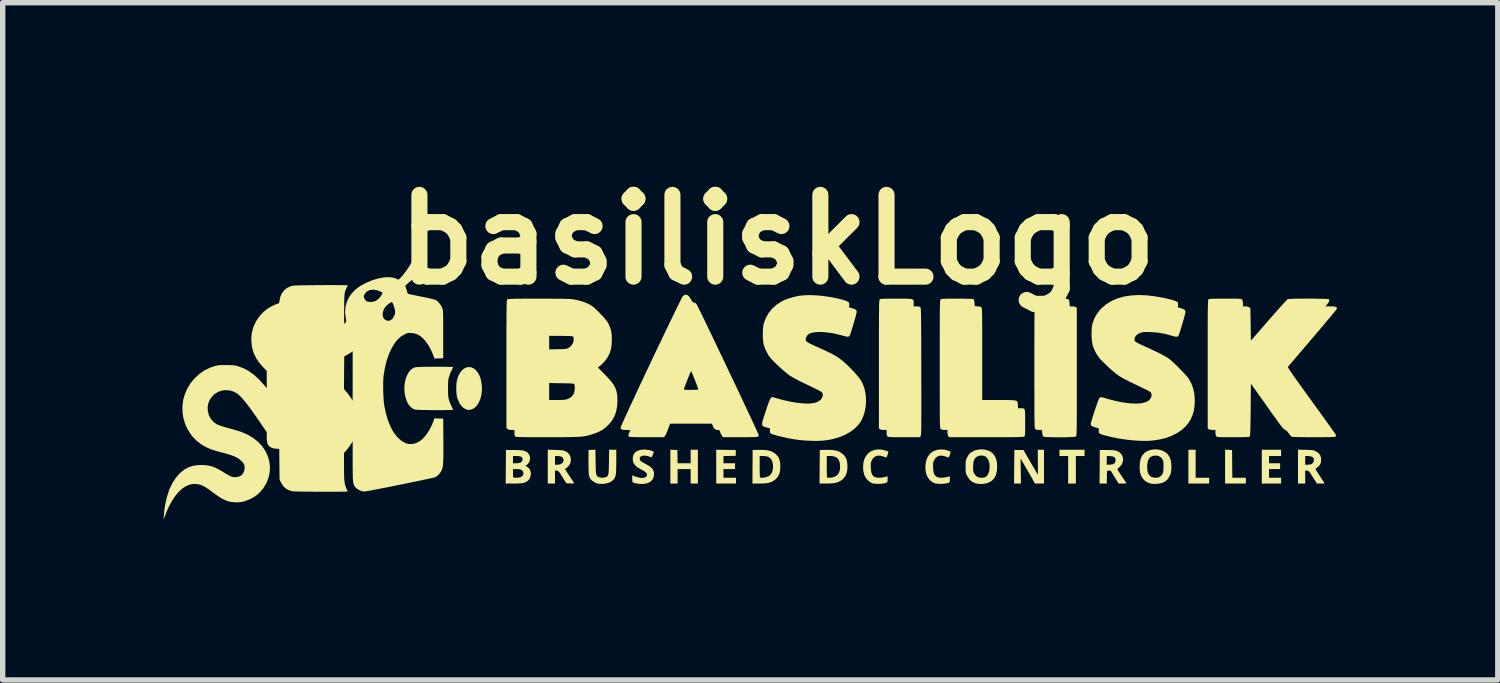
<source format=kicad_pcb>
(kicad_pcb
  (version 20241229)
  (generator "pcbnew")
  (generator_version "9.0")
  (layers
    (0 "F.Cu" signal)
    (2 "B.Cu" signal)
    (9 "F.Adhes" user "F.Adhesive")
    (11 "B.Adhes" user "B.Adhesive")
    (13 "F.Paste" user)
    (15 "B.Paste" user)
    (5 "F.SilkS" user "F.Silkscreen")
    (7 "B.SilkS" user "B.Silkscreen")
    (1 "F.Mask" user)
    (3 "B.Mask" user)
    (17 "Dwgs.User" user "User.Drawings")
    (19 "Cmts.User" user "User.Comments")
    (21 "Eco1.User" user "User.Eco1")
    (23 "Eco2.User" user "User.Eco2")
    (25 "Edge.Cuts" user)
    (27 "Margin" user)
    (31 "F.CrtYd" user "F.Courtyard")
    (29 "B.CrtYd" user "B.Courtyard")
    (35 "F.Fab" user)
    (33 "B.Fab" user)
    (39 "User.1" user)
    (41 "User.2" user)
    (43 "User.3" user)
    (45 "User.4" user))
  (footprint "basiliskLogo"
    (layer "F.Cu")
    (at 11.446 3.958)
    (property "Reference" "basiliskLogo" (at 0 -2.54 0) (layer "F.SilkS") (effects (font (size 1.524 1.524) (thickness 0.3))))
    (attr board_only exclude_from_pos_files exclude_from_bom)
    (fp_poly (pts (xy 7.795 1.899) (xy 8.047 1.899) (xy 8.047 2.007) (xy 7.66 2.007) (xy 7.66 1.377) (xy 7.795 1.377)) (stroke (width 0) (type solid)) (fill yes) (layer "F.SilkS"))
    (fp_poly (pts (xy 8.409 1.379) (xy 8.474 1.382) (xy 8.479 1.899) (xy 8.731 1.899) (xy 8.731 2.007) (xy 8.344 2.007) (xy 8.344 1.376)) (stroke (width 0) (type solid)) (fill yes) (layer "F.SilkS"))
    (fp_poly (pts (xy 5.724 1.494) (xy 5.562 1.494) (xy 5.562 2.007) (xy 5.418 2.007) (xy 5.418 1.494) (xy 5.256 1.494) (xy 5.256 1.377) (xy 5.724 1.377)) (stroke (width 0) (type solid)) (fill yes) (layer "F.SilkS"))
    (fp_poly (pts (xy 9.388 1.494) (xy 9.163 1.494) (xy 9.163 1.629) (xy 9.37 1.629) (xy 9.37 1.737) (xy 9.163 1.737) (xy 9.163 1.899) (xy 9.388 1.899) (xy 9.388 2.007) (xy 9.028 2.007) (xy 9.028 1.377) (xy 9.388 1.377)) (stroke (width 0) (type solid)) (fill yes) (layer "F.SilkS"))
    (fp_poly (pts (xy -0.961 1.379) (xy -0.779 1.382) (xy -0.779 1.49) (xy -1.008 1.495) (xy -1.008 1.629) (xy -0.792 1.629) (xy -0.792 1.737) (xy -1.008 1.737) (xy -1.008 1.899) (xy -0.774 1.899) (xy -0.774 2.007) (xy -1.143 2.007) (xy -1.143 1.377)) (stroke (width 0) (type solid)) (fill yes) (layer "F.SilkS"))
    (fp_poly (pts (xy -1.933 1.379) (xy -1.868 1.382) (xy -1.865 1.505) (xy -1.863 1.629) (xy -1.62 1.629) (xy -1.62 1.377) (xy -1.485 1.377) (xy -1.485 2.007) (xy -1.62 2.007) (xy -1.62 1.737) (xy -1.863 1.737) (xy -1.863 2.007) (xy -1.998 2.007) (xy -1.998 1.376)) (stroke (width 0) (type solid)) (fill yes) (layer "F.SilkS"))
    (fp_poly (pts (xy 4.968 2.007) (xy 4.8 2.007) (xy 4.694 1.82) (xy 4.662 1.765) (xy 4.631 1.712) (xy 4.604 1.664) (xy 4.581 1.625) (xy 4.564 1.597) (xy 4.559 1.587) (xy 4.531 1.541) (xy 4.535 1.774) (xy 4.538 2.007) (xy 4.41 2.007) (xy 4.412 1.694) (xy 4.415 1.382) (xy 4.585 1.382) (xy 4.716 1.609) (xy 4.75 1.667) (xy 4.781 1.719) (xy 4.807 1.765) (xy 4.829 1.801) (xy 4.844 1.827) (xy 4.851 1.839) (xy 4.852 1.84) (xy 4.853 1.832) (xy 4.854 1.809) (xy 4.854 1.772) (xy 4.854 1.725) (xy 4.854 1.668) (xy 4.853 1.61) (xy 4.851 1.377) (xy 4.968 1.377)) (stroke (width 0) (type solid)) (fill yes) (layer "F.SilkS"))
    (fp_poly (pts (xy -5.717 -0.162) (xy -5.668 -0.142) (xy -5.626 -0.109) (xy -5.582 -0.055) (xy -5.549 0.009) (xy -5.527 0.086) (xy -5.514 0.177) (xy -5.512 0.198) (xy -5.512 0.281) (xy -5.523 0.361) (xy -5.542 0.435) (xy -5.571 0.5) (xy -5.606 0.555) (xy -5.648 0.596) (xy -5.665 0.607) (xy -5.717 0.629) (xy -5.765 0.634) (xy -5.799 0.627) (xy -5.851 0.6) (xy -5.894 0.561) (xy -5.93 0.508) (xy -5.96 0.439) (xy -5.964 0.428) (xy -5.975 0.393) (xy -5.982 0.361) (xy -5.986 0.328) (xy -5.988 0.287) (xy -5.989 0.243) (xy -5.988 0.173) (xy -5.983 0.116) (xy -5.973 0.066) (xy -5.957 0.018) (xy -5.938 -0.025) (xy -5.903 -0.082) (xy -5.862 -0.124) (xy -5.816 -0.152) (xy -5.767 -0.165)) (stroke (width 0) (type solid)) (fill yes) (layer "F.SilkS"))
    (fp_poly (pts (xy -0.272 1.379) (xy -0.203 1.385) (xy -0.146 1.396) (xy -0.097 1.415) (xy -0.055 1.441) (xy -0.031 1.46) (xy 0.005 1.499) (xy 0.031 1.546) (xy 0.046 1.603) (xy 0.052 1.666) (xy 0.05 1.748) (xy 0.036 1.817) (xy 0.01 1.874) (xy -0.03 1.922) (xy -0.079 1.959) (xy -0.115 1.977) (xy -0.155 1.991) (xy -0.202 2) (xy -0.259 2.005) (xy -0.33 2.007) (xy -0.348 2.007) (xy -0.468 2.007) (xy -0.466 1.694) (xy -0.466 1.691) (xy -0.333 1.691) (xy -0.333 1.748) (xy -0.332 1.8) (xy -0.331 1.843) (xy -0.329 1.874) (xy -0.328 1.891) (xy -0.327 1.893) (xy -0.313 1.898) (xy -0.286 1.899) (xy -0.252 1.896) (xy -0.217 1.89) (xy -0.217 1.89) (xy -0.166 1.87) (xy -0.128 1.839) (xy -0.108 1.809) (xy -0.091 1.762) (xy -0.084 1.708) (xy -0.086 1.652) (xy -0.096 1.601) (xy -0.116 1.558) (xy -0.124 1.547) (xy -0.153 1.52) (xy -0.19 1.503) (xy -0.237 1.495) (xy -0.27 1.494) (xy -0.333 1.494) (xy -0.333 1.691) (xy -0.466 1.691) (xy -0.464 1.382) (xy -0.356 1.379)) (stroke (width 0) (type solid)) (fill yes) (layer "F.SilkS"))
    (fp_poly (pts (xy 0.979 1.379) (xy 1.048 1.385) (xy 1.105 1.396) (xy 1.154 1.415) (xy 1.196 1.441) (xy 1.22 1.46) (xy 1.256 1.499) (xy 1.282 1.546) (xy 1.297 1.603) (xy 1.303 1.666) (xy 1.301 1.748) (xy 1.287 1.817) (xy 1.261 1.874) (xy 1.221 1.922) (xy 1.172 1.959) (xy 1.136 1.977) (xy 1.096 1.991) (xy 1.049 2) (xy 0.992 2.005) (xy 0.921 2.007) (xy 0.903 2.007) (xy 0.783 2.007) (xy 0.785 1.694) (xy 0.785 1.691) (xy 0.918 1.691) (xy 0.918 1.748) (xy 0.919 1.8) (xy 0.92 1.843) (xy 0.922 1.874) (xy 0.923 1.891) (xy 0.924 1.893) (xy 0.939 1.898) (xy 0.965 1.899) (xy 0.999 1.896) (xy 1.034 1.89) (xy 1.034 1.89) (xy 1.085 1.87) (xy 1.123 1.839) (xy 1.143 1.809) (xy 1.16 1.762) (xy 1.167 1.708) (xy 1.165 1.652) (xy 1.155 1.601) (xy 1.136 1.558) (xy 1.127 1.547) (xy 1.098 1.52) (xy 1.061 1.503) (xy 1.014 1.495) (xy 0.981 1.494) (xy 0.918 1.494) (xy 0.918 1.691) (xy 0.785 1.691) (xy 0.788 1.382) (xy 0.896 1.379)) (stroke (width 0) (type solid)) (fill yes) (layer "F.SilkS"))
    (fp_poly (pts (xy 6.143 1.382) (xy 6.208 1.383) (xy 6.259 1.386) (xy 6.298 1.391) (xy 6.329 1.4) (xy 6.356 1.413) (xy 6.379 1.428) (xy 6.414 1.465) (xy 6.436 1.509) (xy 6.443 1.558) (xy 6.435 1.608) (xy 6.414 1.656) (xy 6.387 1.688) (xy 6.365 1.709) (xy 6.346 1.725) (xy 6.337 1.73) (xy 6.335 1.736) (xy 6.341 1.752) (xy 6.357 1.779) (xy 6.382 1.818) (xy 6.41 1.859) (xy 6.438 1.902) (xy 6.464 1.939) (xy 6.484 1.969) (xy 6.498 1.989) (xy 6.502 1.996) (xy 6.501 2.002) (xy 6.489 2.005) (xy 6.463 2.007) (xy 6.434 2.007) (xy 6.359 2.007) (xy 6.284 1.885) (xy 6.208 1.763) (xy 6.176 1.766) (xy 6.143 1.769) (xy 6.14 1.888) (xy 6.138 2.007) (xy 6.003 2.007) (xy 6.006 1.694) (xy 6.007 1.492) (xy 6.138 1.492) (xy 6.138 1.656) (xy 6.184 1.656) (xy 6.218 1.653) (xy 6.25 1.647) (xy 6.259 1.643) (xy 6.286 1.626) (xy 6.299 1.598) (xy 6.302 1.562) (xy 6.296 1.533) (xy 6.278 1.513) (xy 6.245 1.501) (xy 6.202 1.496) (xy 6.138 1.492) (xy 6.007 1.492) (xy 6.008 1.382)) (stroke (width 0) (type solid)) (fill yes) (layer "F.SilkS"))
    (fp_poly (pts (xy -3.392 1.599) (xy -3.39 1.676) (xy -3.389 1.737) (xy -3.386 1.784) (xy -3.382 1.819) (xy -3.376 1.844) (xy -3.368 1.862) (xy -3.358 1.875) (xy -3.344 1.884) (xy -3.335 1.888) (xy -3.304 1.896) (xy -3.265 1.899) (xy -3.226 1.895) (xy -3.197 1.886) (xy -3.197 1.886) (xy -3.182 1.878) (xy -3.17 1.867) (xy -3.162 1.853) (xy -3.155 1.833) (xy -3.15 1.804) (xy -3.147 1.765) (xy -3.145 1.714) (xy -3.144 1.648) (xy -3.143 1.6) (xy -3.14 1.377) (xy -3.006 1.377) (xy -3.006 1.596) (xy -3.007 1.675) (xy -3.008 1.739) (xy -3.01 1.79) (xy -3.014 1.829) (xy -3.02 1.861) (xy -3.028 1.886) (xy -3.039 1.908) (xy -3.053 1.928) (xy -3.055 1.93) (xy -3.093 1.966) (xy -3.144 1.992) (xy -3.206 2.008) (xy -3.253 2.013) (xy -3.291 2.013) (xy -3.327 2.012) (xy -3.352 2.009) (xy -3.354 2.008) (xy -3.39 1.995) (xy -3.427 1.974) (xy -3.46 1.951) (xy -3.481 1.928) (xy -3.494 1.909) (xy -3.503 1.891) (xy -3.511 1.871) (xy -3.516 1.846) (xy -3.52 1.815) (xy -3.522 1.775) (xy -3.523 1.723) (xy -3.524 1.657) (xy -3.524 1.611) (xy -3.524 1.382) (xy -3.459 1.379) (xy -3.395 1.376)) (stroke (width 0) (type solid)) (fill yes) (layer "F.SilkS"))
    (fp_poly (pts (xy 9.846 1.379) (xy 9.9 1.38) (xy 9.94 1.382) (xy 9.969 1.384) (xy 9.991 1.388) (xy 10.01 1.394) (xy 10.029 1.403) (xy 10.041 1.409) (xy 10.087 1.44) (xy 10.117 1.479) (xy 10.132 1.528) (xy 10.135 1.563) (xy 10.131 1.609) (xy 10.117 1.647) (xy 10.091 1.683) (xy 10.05 1.718) (xy 10.028 1.734) (xy 10.031 1.742) (xy 10.043 1.763) (xy 10.062 1.793) (xy 10.087 1.831) (xy 10.111 1.868) (xy 10.139 1.91) (xy 10.164 1.948) (xy 10.183 1.977) (xy 10.194 1.996) (xy 10.198 2.003) (xy 10.19 2.005) (xy 10.168 2.006) (xy 10.136 2.007) (xy 10.127 2.007) (xy 10.056 2.007) (xy 9.98 1.888) (xy 9.952 1.843) (xy 9.93 1.811) (xy 9.915 1.789) (xy 9.902 1.776) (xy 9.891 1.77) (xy 9.88 1.767) (xy 9.871 1.766) (xy 9.838 1.763) (xy 9.838 2.007) (xy 9.703 2.007) (xy 9.703 1.658) (xy 9.838 1.658) (xy 9.897 1.654) (xy 9.932 1.651) (xy 9.953 1.646) (xy 9.969 1.636) (xy 9.978 1.626) (xy 9.996 1.593) (xy 9.999 1.555) (xy 9.994 1.535) (xy 9.978 1.516) (xy 9.948 1.502) (xy 9.908 1.495) (xy 9.888 1.494) (xy 9.838 1.494) (xy 9.838 1.658) (xy 9.703 1.658) (xy 9.703 1.375)) (stroke (width 0) (type solid)) (fill yes) (layer "F.SilkS"))
    (fp_poly (pts (xy -4.147 1.38) (xy -4.082 1.382) (xy -4.031 1.386) (xy -3.992 1.392) (xy -3.962 1.401) (xy -3.937 1.413) (xy -3.915 1.429) (xy -3.907 1.436) (xy -3.875 1.476) (xy -3.858 1.522) (xy -3.853 1.572) (xy -3.862 1.622) (xy -3.884 1.666) (xy -3.918 1.702) (xy -3.925 1.707) (xy -3.946 1.723) (xy -3.959 1.735) (xy -3.96 1.739) (xy -3.956 1.748) (xy -3.942 1.77) (xy -3.922 1.802) (xy -3.897 1.84) (xy -3.877 1.87) (xy -3.849 1.912) (xy -3.825 1.948) (xy -3.806 1.977) (xy -3.794 1.996) (xy -3.791 2.001) (xy -3.797 2.004) (xy -3.818 2.005) (xy -3.849 2.006) (xy -3.862 2.005) (xy -3.937 2.003) (xy -4.01 1.886) (xy -4.038 1.841) (xy -4.059 1.809) (xy -4.075 1.788) (xy -4.087 1.776) (xy -4.098 1.769) (xy -4.11 1.767) (xy -4.116 1.766) (xy -4.149 1.763) (xy -4.149 2.007) (xy -4.284 2.007) (xy -4.284 1.656) (xy -4.149 1.656) (xy -4.107 1.656) (xy -4.073 1.653) (xy -4.041 1.644) (xy -4.033 1.64) (xy -4.004 1.617) (xy -3.99 1.586) (xy -3.992 1.55) (xy -3.996 1.541) (xy -4.012 1.516) (xy -4.04 1.501) (xy -4.08 1.495) (xy -4.1 1.494) (xy -4.149 1.494) (xy -4.149 1.656) (xy -4.284 1.656) (xy -4.284 1.375)) (stroke (width 0) (type solid)) (fill yes) (layer "F.SilkS"))
    (fp_poly (pts (xy 1.947 1.375) (xy 2.013 1.391) (xy 2.039 1.401) (xy 2.059 1.409) (xy 2.064 1.413) (xy 2.064 1.423) (xy 2.06 1.445) (xy 2.051 1.471) (xy 2.042 1.496) (xy 2.033 1.515) (xy 2.027 1.521) (xy 2.016 1.518) (xy 1.993 1.51) (xy 1.973 1.503) (xy 1.913 1.487) (xy 1.862 1.487) (xy 1.818 1.503) (xy 1.782 1.535) (xy 1.761 1.567) (xy 1.75 1.591) (xy 1.742 1.611) (xy 1.739 1.634) (xy 1.738 1.663) (xy 1.739 1.706) (xy 1.743 1.766) (xy 1.752 1.811) (xy 1.767 1.845) (xy 1.789 1.87) (xy 1.804 1.881) (xy 1.838 1.893) (xy 1.883 1.899) (xy 1.935 1.897) (xy 1.988 1.888) (xy 1.998 1.886) (xy 2.025 1.878) (xy 2.044 1.874) (xy 2.05 1.872) (xy 2.051 1.88) (xy 2.052 1.902) (xy 2.052 1.927) (xy 2.052 1.957) (xy 2.049 1.974) (xy 2.04 1.985) (xy 2.024 1.993) (xy 2.019 1.995) (xy 1.985 2.004) (xy 1.939 2.01) (xy 1.888 2.013) (xy 1.837 2.012) (xy 1.793 2.007) (xy 1.77 2.002) (xy 1.725 1.98) (xy 1.681 1.944) (xy 1.645 1.9) (xy 1.619 1.853) (xy 1.617 1.845) (xy 1.599 1.77) (xy 1.595 1.691) (xy 1.602 1.615) (xy 1.622 1.545) (xy 1.649 1.492) (xy 1.691 1.442) (xy 1.744 1.405) (xy 1.806 1.381) (xy 1.875 1.371)) (stroke (width 0) (type solid)) (fill yes) (layer "F.SilkS"))
    (fp_poly (pts (xy 3.109 1.375) (xy 3.174 1.391) (xy 3.2 1.401) (xy 3.22 1.409) (xy 3.225 1.413) (xy 3.225 1.423) (xy 3.221 1.445) (xy 3.213 1.471) (xy 3.203 1.496) (xy 3.194 1.515) (xy 3.188 1.521) (xy 3.177 1.518) (xy 3.154 1.51) (xy 3.134 1.503) (xy 3.075 1.487) (xy 3.023 1.487) (xy 2.979 1.503) (xy 2.943 1.535) (xy 2.922 1.567) (xy 2.911 1.591) (xy 2.904 1.611) (xy 2.9 1.634) (xy 2.899 1.663) (xy 2.9 1.706) (xy 2.904 1.766) (xy 2.913 1.811) (xy 2.928 1.845) (xy 2.95 1.87) (xy 2.966 1.881) (xy 2.999 1.893) (xy 3.044 1.899) (xy 3.096 1.897) (xy 3.149 1.888) (xy 3.159 1.886) (xy 3.186 1.878) (xy 3.205 1.874) (xy 3.211 1.872) (xy 3.212 1.88) (xy 3.213 1.902) (xy 3.213 1.927) (xy 3.213 1.957) (xy 3.21 1.974) (xy 3.201 1.985) (xy 3.185 1.993) (xy 3.18 1.995) (xy 3.146 2.004) (xy 3.1 2.01) (xy 3.049 2.013) (xy 2.998 2.012) (xy 2.954 2.007) (xy 2.931 2.002) (xy 2.886 1.98) (xy 2.842 1.944) (xy 2.806 1.9) (xy 2.781 1.853) (xy 2.778 1.845) (xy 2.76 1.77) (xy 2.756 1.691) (xy 2.764 1.615) (xy 2.783 1.545) (xy 2.81 1.492) (xy 2.852 1.442) (xy 2.905 1.405) (xy 2.967 1.381) (xy 3.036 1.371)) (stroke (width 0) (type solid)) (fill yes) (layer "F.SilkS"))
    (fp_poly (pts (xy -2.445 1.376) (xy -2.4 1.382) (xy -2.359 1.392) (xy -2.327 1.403) (xy -2.31 1.413) (xy -2.31 1.424) (xy -2.316 1.446) (xy -2.325 1.469) (xy -2.347 1.519) (xy -2.395 1.502) (xy -2.446 1.489) (xy -2.491 1.486) (xy -2.528 1.492) (xy -2.554 1.505) (xy -2.569 1.527) (xy -2.569 1.555) (xy -2.565 1.566) (xy -2.555 1.582) (xy -2.535 1.599) (xy -2.503 1.618) (xy -2.474 1.634) (xy -2.413 1.668) (xy -2.367 1.699) (xy -2.335 1.731) (xy -2.315 1.764) (xy -2.305 1.8) (xy -2.303 1.832) (xy -2.31 1.889) (xy -2.333 1.936) (xy -2.37 1.973) (xy -2.422 1.999) (xy -2.436 2.003) (xy -2.485 2.013) (xy -2.543 2.015) (xy -2.602 2.01) (xy -2.645 2.002) (xy -2.673 1.994) (xy -2.694 1.987) (xy -2.701 1.984) (xy -2.705 1.973) (xy -2.708 1.949) (xy -2.709 1.918) (xy -2.709 1.917) (xy -2.709 1.854) (xy -2.665 1.872) (xy -2.605 1.891) (xy -2.551 1.901) (xy -2.504 1.902) (xy -2.468 1.892) (xy -2.444 1.874) (xy -2.437 1.86) (xy -2.434 1.837) (xy -2.442 1.816) (xy -2.463 1.794) (xy -2.499 1.769) (xy -2.543 1.744) (xy -2.604 1.709) (xy -2.648 1.674) (xy -2.678 1.637) (xy -2.695 1.597) (xy -2.7 1.551) (xy -2.698 1.521) (xy -2.685 1.47) (xy -2.658 1.43) (xy -2.617 1.4) (xy -2.563 1.381) (xy -2.496 1.373) (xy -2.489 1.373)) (stroke (width 0) (type solid)) (fill yes) (layer "F.SilkS"))
    (fp_poly (pts (xy 7.105 1.374) (xy 7.177 1.394) (xy 7.236 1.425) (xy 7.282 1.469) (xy 7.315 1.526) (xy 7.336 1.595) (xy 7.343 1.676) (xy 7.343 1.725) (xy 7.339 1.77) (xy 7.334 1.804) (xy 7.325 1.833) (xy 7.31 1.865) (xy 7.31 1.867) (xy 7.276 1.922) (xy 7.235 1.962) (xy 7.185 1.99) (xy 7.123 2.007) (xy 7.061 2.013) (xy 7.014 2.014) (xy 6.978 2.011) (xy 6.947 2.005) (xy 6.932 2) (xy 6.885 1.979) (xy 6.848 1.954) (xy 6.815 1.919) (xy 6.807 1.909) (xy 6.78 1.866) (xy 6.763 1.815) (xy 6.753 1.755) (xy 6.751 1.702) (xy 6.891 1.702) (xy 6.896 1.769) (xy 6.912 1.822) (xy 6.938 1.861) (xy 6.975 1.886) (xy 7.024 1.898) (xy 7.048 1.899) (xy 7.088 1.896) (xy 7.117 1.886) (xy 7.129 1.879) (xy 7.156 1.858) (xy 7.175 1.834) (xy 7.187 1.805) (xy 7.193 1.765) (xy 7.196 1.713) (xy 7.196 1.692) (xy 7.196 1.645) (xy 7.194 1.612) (xy 7.19 1.588) (xy 7.184 1.57) (xy 7.178 1.557) (xy 7.146 1.518) (xy 7.105 1.494) (xy 7.054 1.485) (xy 7.05 1.485) (xy 6.998 1.491) (xy 6.956 1.51) (xy 6.925 1.543) (xy 6.904 1.589) (xy 6.893 1.65) (xy 6.891 1.702) (xy 6.751 1.702) (xy 6.751 1.692) (xy 6.756 1.611) (xy 6.771 1.542) (xy 6.798 1.486) (xy 6.837 1.441) (xy 6.877 1.411) (xy 6.927 1.389) (xy 6.988 1.374) (xy 7.051 1.37)) (stroke (width 0) (type solid)) (fill yes) (layer "F.SilkS"))
    (fp_poly (pts (xy -6.267 -0.171) (xy -6.206 -0.17) (xy -6.151 -0.169) (xy -6.106 -0.168) (xy -6.072 -0.167) (xy -6.053 -0.165) (xy -6.048 -0.163) (xy -6.053 -0.151) (xy -6.063 -0.13) (xy -6.07 -0.116) (xy -6.084 -0.088) (xy -6.1 -0.05) (xy -6.115 -0.01) (xy -6.117 -0.004) (xy -6.126 0.022) (xy -6.133 0.046) (xy -6.138 0.069) (xy -6.14 0.096) (xy -6.142 0.131) (xy -6.143 0.177) (xy -6.143 0.23) (xy -6.143 0.29) (xy -6.142 0.336) (xy -6.14 0.371) (xy -6.137 0.399) (xy -6.132 0.424) (xy -6.125 0.45) (xy -6.122 0.459) (xy -6.108 0.5) (xy -6.09 0.542) (xy -6.075 0.575) (xy -6.061 0.602) (xy -6.051 0.623) (xy -6.048 0.632) (xy -6.057 0.634) (xy -6.081 0.635) (xy -6.119 0.636) (xy -6.168 0.637) (xy -6.225 0.638) (xy -6.288 0.638) (xy -6.356 0.638) (xy -6.425 0.638) (xy -6.494 0.637) (xy -6.56 0.636) (xy -6.62 0.635) (xy -6.673 0.634) (xy -6.716 0.632) (xy -6.746 0.63) (xy -6.761 0.628) (xy -6.801 0.61) (xy -6.841 0.578) (xy -6.876 0.537) (xy -6.903 0.492) (xy -6.931 0.419) (xy -6.949 0.342) (xy -6.957 0.263) (xy -6.956 0.185) (xy -6.946 0.11) (xy -6.927 0.039) (xy -6.901 -0.024) (xy -6.868 -0.079) (xy -6.828 -0.122) (xy -6.782 -0.151) (xy -6.75 -0.161) (xy -6.731 -0.164) (xy -6.697 -0.166) (xy -6.653 -0.167) (xy -6.598 -0.169) (xy -6.537 -0.17) (xy -6.471 -0.17) (xy -6.402 -0.171) (xy -6.334 -0.171)) (stroke (width 0) (type solid)) (fill yes) (layer "F.SilkS"))
    (fp_poly (pts (xy 3.874 1.377) (xy 3.942 1.397) (xy 3.997 1.431) (xy 4.04 1.478) (xy 4.071 1.537) (xy 4.09 1.61) (xy 4.095 1.692) (xy 4.089 1.776) (xy 4.071 1.847) (xy 4.041 1.906) (xy 3.998 1.952) (xy 3.945 1.986) (xy 3.892 2.004) (xy 3.83 2.014) (xy 3.766 2.015) (xy 3.707 2.007) (xy 3.683 2) (xy 3.628 1.974) (xy 3.585 1.938) (xy 3.549 1.889) (xy 3.537 1.868) (xy 3.524 1.842) (xy 3.515 1.821) (xy 3.51 1.8) (xy 3.507 1.776) (xy 3.506 1.742) (xy 3.506 1.727) (xy 3.646 1.727) (xy 3.647 1.758) (xy 3.65 1.781) (xy 3.657 1.801) (xy 3.665 1.818) (xy 3.695 1.861) (xy 3.732 1.887) (xy 3.779 1.899) (xy 3.795 1.899) (xy 3.827 1.898) (xy 3.854 1.893) (xy 3.864 1.891) (xy 3.901 1.867) (xy 3.928 1.829) (xy 3.946 1.777) (xy 3.954 1.711) (xy 3.954 1.681) (xy 3.948 1.615) (xy 3.929 1.562) (xy 3.899 1.521) (xy 3.88 1.505) (xy 3.842 1.489) (xy 3.797 1.484) (xy 3.752 1.49) (xy 3.717 1.505) (xy 3.689 1.528) (xy 3.67 1.554) (xy 3.657 1.587) (xy 3.65 1.631) (xy 3.647 1.683) (xy 3.646 1.727) (xy 3.506 1.727) (xy 3.506 1.696) (xy 3.506 1.693) (xy 3.506 1.645) (xy 3.507 1.611) (xy 3.51 1.586) (xy 3.515 1.565) (xy 3.524 1.543) (xy 3.536 1.518) (xy 3.56 1.475) (xy 3.585 1.445) (xy 3.606 1.428) (xy 3.672 1.392) (xy 3.745 1.373) (xy 3.823 1.37)) (stroke (width 0) (type solid)) (fill yes) (layer "F.SilkS"))
    (fp_poly (pts (xy -4.914 1.382) (xy -4.845 1.383) (xy -4.791 1.386) (xy -4.748 1.391) (xy -4.716 1.399) (xy -4.689 1.41) (xy -4.667 1.425) (xy -4.658 1.432) (xy -4.631 1.467) (xy -4.616 1.51) (xy -4.615 1.556) (xy -4.626 1.6) (xy -4.65 1.638) (xy -4.659 1.647) (xy -4.68 1.663) (xy -4.696 1.673) (xy -4.701 1.674) (xy -4.7 1.678) (xy -4.686 1.687) (xy -4.671 1.694) (xy -4.634 1.721) (xy -4.61 1.758) (xy -4.6 1.805) (xy -4.599 1.825) (xy -4.607 1.879) (xy -4.627 1.925) (xy -4.66 1.96) (xy -4.663 1.962) (xy -4.689 1.978) (xy -4.717 1.99) (xy -4.752 1.998) (xy -4.796 2.004) (xy -4.852 2.006) (xy -4.92 2.007) (xy -5.068 2.007) (xy -5.066 1.737) (xy -4.932 1.737) (xy -4.932 1.812) (xy -4.932 1.847) (xy -4.93 1.875) (xy -4.927 1.891) (xy -4.926 1.893) (xy -4.913 1.897) (xy -4.887 1.899) (xy -4.856 1.898) (xy -4.823 1.895) (xy -4.796 1.89) (xy -4.789 1.887) (xy -4.76 1.869) (xy -4.742 1.841) (xy -4.738 1.808) (xy -4.745 1.786) (xy -4.761 1.762) (xy -4.786 1.747) (xy -4.822 1.739) (xy -4.867 1.737) (xy -4.932 1.737) (xy -5.066 1.737) (xy -5.065 1.694) (xy -5.065 1.629) (xy -4.932 1.629) (xy -4.878 1.629) (xy -4.843 1.627) (xy -4.809 1.621) (xy -4.793 1.616) (xy -4.766 1.597) (xy -4.753 1.568) (xy -4.756 1.536) (xy -4.768 1.516) (xy -4.793 1.502) (xy -4.834 1.495) (xy -4.87 1.494) (xy -4.932 1.494) (xy -4.932 1.629) (xy -5.065 1.629) (xy -5.063 1.382)) (stroke (width 0) (type solid)) (fill yes) (layer "F.SilkS"))
    (fp_poly (pts (xy 2.367 -1.44) (xy 2.422 -1.439) (xy 2.463 -1.437) (xy 2.493 -1.433) (xy 2.514 -1.428) (xy 2.527 -1.419) (xy 2.535 -1.408) (xy 2.538 -1.393) (xy 2.538 -1.374) (xy 2.538 -1.352) (xy 2.538 -1.296) (xy 2.59 -1.296) (xy 2.626 -1.294) (xy 2.653 -1.287) (xy 2.66 -1.283) (xy 2.663 -1.281) (xy 2.665 -1.278) (xy 2.667 -1.273) (xy 2.669 -1.264) (xy 2.67 -1.252) (xy 2.672 -1.236) (xy 2.673 -1.213) (xy 2.674 -1.184) (xy 2.675 -1.147) (xy 2.676 -1.102) (xy 2.677 -1.048) (xy 2.677 -0.984) (xy 2.678 -0.908) (xy 2.678 -0.82) (xy 2.679 -0.719) (xy 2.679 -0.605) (xy 2.679 -0.475) (xy 2.68 -0.33) (xy 2.68 -0.168) (xy 2.68 -0.085) (xy 2.68 0.087) (xy 2.681 0.242) (xy 2.681 0.38) (xy 2.681 0.503) (xy 2.681 0.612) (xy 2.681 0.707) (xy 2.68 0.79) (xy 2.68 0.861) (xy 2.68 0.921) (xy 2.679 0.971) (xy 2.678 1.012) (xy 2.677 1.045) (xy 2.676 1.071) (xy 2.675 1.091) (xy 2.673 1.105) (xy 2.672 1.114) (xy 2.67 1.12) (xy 2.669 1.122) (xy 2.655 1.143) (xy 2.359 1.143) (xy 2.278 1.143) (xy 2.213 1.143) (xy 2.163 1.142) (xy 2.124 1.141) (xy 2.096 1.14) (xy 2.077 1.138) (xy 2.064 1.135) (xy 2.055 1.132) (xy 2.05 1.128) (xy 2.049 1.127) (xy 2.038 1.104) (xy 2.034 1.068) (xy 2.034 1.059) (xy 2.034 1.008) (xy 1.982 1.008) (xy 1.943 1.005) (xy 1.914 0.997) (xy 1.91 0.994) (xy 1.89 0.98) (xy 1.89 -0.216) (xy 1.89 -0.388) (xy 1.89 -0.543) (xy 1.89 -0.682) (xy 1.89 -0.805) (xy 1.891 -0.914) (xy 1.891 -1.01) (xy 1.891 -1.093) (xy 1.892 -1.164) (xy 1.893 -1.224) (xy 1.893 -1.275) (xy 1.894 -1.316) (xy 1.895 -1.349) (xy 1.896 -1.375) (xy 1.898 -1.394) (xy 1.899 -1.408) (xy 1.901 -1.418) (xy 1.903 -1.423) (xy 1.904 -1.426) (xy 1.91 -1.43) (xy 1.92 -1.433) (xy 1.936 -1.435) (xy 1.96 -1.437) (xy 1.994 -1.439) (xy 2.039 -1.439) (xy 2.098 -1.44) (xy 2.172 -1.44) (xy 2.213 -1.44) (xy 2.298 -1.44)) (stroke (width 0) (type solid)) (fill yes) (layer "F.SilkS"))
    (fp_poly (pts (xy 5.195 -1.44) (xy 5.263 -1.44) (xy 5.317 -1.439) (xy 5.357 -1.437) (xy 5.387 -1.436) (xy 5.406 -1.433) (xy 5.419 -1.43) (xy 5.423 -1.428) (xy 5.433 -1.415) (xy 5.44 -1.393) (xy 5.444 -1.357) (xy 5.444 -1.356) (xy 5.448 -1.296) (xy 5.494 -1.296) (xy 5.529 -1.293) (xy 5.555 -1.285) (xy 5.56 -1.282) (xy 5.58 -1.268) (xy 5.58 -0.077) (xy 5.58 0.095) (xy 5.58 0.25) (xy 5.58 0.388) (xy 5.58 0.511) (xy 5.58 0.62) (xy 5.58 0.715) (xy 5.579 0.798) (xy 5.579 0.869) (xy 5.578 0.929) (xy 5.577 0.979) (xy 5.576 1.02) (xy 5.575 1.053) (xy 5.574 1.079) (xy 5.573 1.098) (xy 5.571 1.112) (xy 5.57 1.121) (xy 5.568 1.127) (xy 5.566 1.129) (xy 5.553 1.133) (xy 5.525 1.137) (xy 5.484 1.14) (xy 5.433 1.142) (xy 5.375 1.144) (xy 5.312 1.144) (xy 5.247 1.145) (xy 5.182 1.144) (xy 5.12 1.143) (xy 5.064 1.142) (xy 5.017 1.14) (xy 4.98 1.137) (xy 4.957 1.133) (xy 4.951 1.13) (xy 4.944 1.114) (xy 4.938 1.087) (xy 4.935 1.062) (xy 4.93 1.008) (xy 4.877 1.008) (xy 4.843 1.006) (xy 4.82 1) (xy 4.806 0.99) (xy 4.804 0.987) (xy 4.801 0.984) (xy 4.799 0.978) (xy 4.798 0.97) (xy 4.796 0.958) (xy 4.795 0.942) (xy 4.793 0.921) (xy 4.792 0.893) (xy 4.791 0.857) (xy 4.791 0.814) (xy 4.79 0.762) (xy 4.789 0.699) (xy 4.789 0.626) (xy 4.789 0.54) (xy 4.789 0.442) (xy 4.789 0.33) (xy 4.788 0.204) (xy 4.788 0.062) (xy 4.788 -0.097) (xy 4.788 -0.214) (xy 4.788 -0.386) (xy 4.788 -0.54) (xy 4.789 -0.678) (xy 4.789 -0.801) (xy 4.789 -0.91) (xy 4.789 -1.005) (xy 4.79 -1.088) (xy 4.79 -1.159) (xy 4.791 -1.219) (xy 4.792 -1.269) (xy 4.792 -1.31) (xy 4.793 -1.343) (xy 4.795 -1.369) (xy 4.796 -1.388) (xy 4.798 -1.402) (xy 4.799 -1.412) (xy 4.801 -1.418) (xy 4.802 -1.42) (xy 4.807 -1.426) (xy 4.812 -1.43) (xy 4.82 -1.433) (xy 4.833 -1.436) (xy 4.853 -1.438) (xy 4.881 -1.439) (xy 4.92 -1.44) (xy 4.972 -1.44) (xy 5.038 -1.44) (xy 5.111 -1.44)) (stroke (width 0) (type solid)) (fill yes) (layer "F.SilkS"))
    (fp_poly (pts (xy 3.425 -1.44) (xy 3.493 -1.439) (xy 3.552 -1.438) (xy 3.599 -1.436) (xy 3.633 -1.434) (xy 3.652 -1.432) (xy 3.654 -1.431) (xy 3.664 -1.416) (xy 3.67 -1.382) (xy 3.672 -1.362) (xy 3.677 -1.301) (xy 3.734 -1.296) (xy 3.77 -1.292) (xy 3.792 -1.284) (xy 3.804 -1.274) (xy 3.806 -1.269) (xy 3.808 -1.259) (xy 3.809 -1.244) (xy 3.811 -1.221) (xy 3.812 -1.191) (xy 3.813 -1.152) (xy 3.814 -1.104) (xy 3.815 -1.044) (xy 3.815 -0.973) (xy 3.816 -0.889) (xy 3.816 -0.791) (xy 3.816 -0.678) (xy 3.816 -0.549) (xy 3.816 -0.403) (xy 3.816 0.45) (xy 4.126 0.45) (xy 4.214 0.45) (xy 4.286 0.45) (xy 4.344 0.451) (xy 4.388 0.453) (xy 4.422 0.457) (xy 4.445 0.462) (xy 4.461 0.47) (xy 4.471 0.481) (xy 4.476 0.495) (xy 4.479 0.513) (xy 4.48 0.536) (xy 4.481 0.543) (xy 4.484 0.603) (xy 4.537 0.603) (xy 4.56 0.603) (xy 4.578 0.604) (xy 4.592 0.609) (xy 4.602 0.618) (xy 4.609 0.635) (xy 4.613 0.66) (xy 4.616 0.696) (xy 4.617 0.744) (xy 4.617 0.807) (xy 4.617 0.873) (xy 4.617 0.947) (xy 4.617 1.005) (xy 4.616 1.048) (xy 4.614 1.08) (xy 4.612 1.103) (xy 4.61 1.117) (xy 4.606 1.126) (xy 4.603 1.129) (xy 4.599 1.132) (xy 4.592 1.134) (xy 4.58 1.136) (xy 4.562 1.138) (xy 4.538 1.139) (xy 4.506 1.14) (xy 4.464 1.141) (xy 4.412 1.142) (xy 4.349 1.142) (xy 4.272 1.143) (xy 4.182 1.143) (xy 4.077 1.143) (xy 3.956 1.143) (xy 3.893 1.143) (xy 3.196 1.143) (xy 3.182 1.123) (xy 3.173 1.1) (xy 3.168 1.065) (xy 3.168 1.056) (xy 3.168 1.008) (xy 3.114 1.008) (xy 3.08 1.006) (xy 3.057 1.001) (xy 3.042 0.99) (xy 3.04 0.987) (xy 3.037 0.984) (xy 3.035 0.978) (xy 3.033 0.97) (xy 3.032 0.959) (xy 3.03 0.942) (xy 3.029 0.921) (xy 3.028 0.893) (xy 3.027 0.858) (xy 3.026 0.814) (xy 3.026 0.762) (xy 3.025 0.7) (xy 3.025 0.626) (xy 3.025 0.541) (xy 3.025 0.443) (xy 3.024 0.332) (xy 3.024 0.206) (xy 3.024 0.064) (xy 3.024 -0.094) (xy 3.024 -0.219) (xy 3.024 -0.39) (xy 3.024 -0.543) (xy 3.024 -0.681) (xy 3.024 -0.803) (xy 3.025 -0.911) (xy 3.025 -1.005) (xy 3.025 -1.087) (xy 3.026 -1.157) (xy 3.026 -1.217) (xy 3.027 -1.267) (xy 3.028 -1.308) (xy 3.029 -1.341) (xy 3.03 -1.367) (xy 3.031 -1.386) (xy 3.032 -1.401) (xy 3.034 -1.411) (xy 3.036 -1.418) (xy 3.038 -1.422) (xy 3.04 -1.425) (xy 3.041 -1.425) (xy 3.047 -1.429) (xy 3.057 -1.433) (xy 3.072 -1.435) (xy 3.094 -1.437) (xy 3.126 -1.438) (xy 3.168 -1.439) (xy 3.224 -1.44) (xy 3.294 -1.44) (xy 3.349 -1.44)) (stroke (width 0) (type solid)) (fill yes) (layer "F.SilkS"))
    (fp_poly (pts (xy -1.671 -1.502) (xy -1.641 -1.47) (xy -1.611 -1.422) (xy -1.61 -1.42) (xy -1.594 -1.391) (xy -1.581 -1.375) (xy -1.568 -1.369) (xy -1.561 -1.368) (xy -1.536 -1.361) (xy -1.513 -1.342) (xy -1.507 -1.331) (xy -1.493 -1.305) (xy -1.473 -1.265) (xy -1.447 -1.212) (xy -1.415 -1.147) (xy -1.378 -1.072) (xy -1.337 -0.987) (xy -1.292 -0.893) (xy -1.243 -0.792) (xy -1.192 -0.685) (xy -1.138 -0.572) (xy -1.082 -0.455) (xy -1.025 -0.335) (xy -0.967 -0.214) (xy -0.909 -0.091) (xy -0.851 0.031) (xy -0.793 0.152) (xy -0.737 0.271) (xy -0.683 0.386) (xy -0.631 0.497) (xy -0.582 0.601) (xy -0.536 0.699) (xy -0.494 0.789) (xy -0.456 0.87) (xy -0.424 0.941) (xy -0.396 1) (xy -0.375 1.047) (xy -0.36 1.081) (xy -0.352 1.1) (xy -0.351 1.104) (xy -0.352 1.114) (xy -0.354 1.122) (xy -0.36 1.129) (xy -0.372 1.134) (xy -0.391 1.137) (xy -0.419 1.14) (xy -0.457 1.141) (xy -0.507 1.142) (xy -0.571 1.143) (xy -0.651 1.143) (xy -0.694 1.143) (xy -1.016 1.143) (xy -1.034 1.12) (xy -1.047 1.098) (xy -1.062 1.068) (xy -1.068 1.053) (xy -1.078 1.027) (xy -1.087 1.013) (xy -1.101 1.009) (xy -1.116 1.008) (xy -1.149 1.003) (xy -1.175 0.987) (xy -1.196 0.956) (xy -1.205 0.936) (xy -1.225 0.891) (xy -1.614 0.891) (xy -2.003 0.891) (xy -2.042 0.997) (xy -2.059 1.039) (xy -2.075 1.077) (xy -2.09 1.106) (xy -2.1 1.123) (xy -2.1 1.123) (xy -2.118 1.143) (xy -2.439 1.143) (xy -2.53 1.143) (xy -2.605 1.142) (xy -2.664 1.141) (xy -2.709 1.14) (xy -2.741 1.138) (xy -2.761 1.136) (xy -2.77 1.133) (xy -2.77 1.132) (xy -2.78 1.113) (xy -2.777 1.086) (xy -2.763 1.053) (xy -2.752 1.031) (xy -2.746 1.016) (xy -2.745 1.013) (xy -2.754 1.011) (xy -2.776 1.009) (xy -2.807 1.008) (xy -2.818 1.008) (xy -2.864 1.007) (xy -2.896 1.002) (xy -2.915 0.993) (xy -2.924 0.978) (xy -2.925 0.962) (xy -2.921 0.95) (xy -2.91 0.923) (xy -2.892 0.882) (xy -2.868 0.828) (xy -2.839 0.763) (xy -2.803 0.686) (xy -2.764 0.6) (xy -2.72 0.506) (xy -2.672 0.404) (xy -2.622 0.296) (xy -2.601 0.251) (xy -1.746 0.251) (xy -1.74 0.255) (xy -1.72 0.258) (xy -1.686 0.26) (xy -1.636 0.261) (xy -1.611 0.261) (xy -1.561 0.26) (xy -1.52 0.259) (xy -1.492 0.257) (xy -1.477 0.254) (xy -1.476 0.253) (xy -1.479 0.241) (xy -1.488 0.216) (xy -1.501 0.181) (xy -1.516 0.14) (xy -1.534 0.094) (xy -1.552 0.048) (xy -1.57 0.004) (xy -1.586 -0.035) (xy -1.599 -0.066) (xy -1.608 -0.085) (xy -1.611 -0.09) (xy -1.616 -0.082) (xy -1.626 -0.06) (xy -1.639 -0.028) (xy -1.656 0.012) (xy -1.674 0.057) (xy -1.692 0.103) (xy -1.71 0.148) (xy -1.725 0.188) (xy -1.737 0.221) (xy -1.744 0.243) (xy -1.746 0.251) (xy -2.601 0.251) (xy -2.569 0.182) (xy -2.514 0.065) (xy -2.457 -0.056) (xy -2.399 -0.178) (xy -2.341 -0.301) (xy -2.283 -0.424) (xy -2.225 -0.545) (xy -2.168 -0.664) (xy -2.113 -0.779) (xy -2.06 -0.889) (xy -2.01 -0.994) (xy -1.963 -1.091) (xy -1.92 -1.18) (xy -1.881 -1.261) (xy -1.846 -1.331) (xy -1.817 -1.389) (xy -1.794 -1.436) (xy -1.777 -1.468) (xy -1.767 -1.486) (xy -1.764 -1.489) (xy -1.733 -1.511) (xy -1.702 -1.515)) (stroke (width 0) (type solid)) (fill yes) (layer "F.SilkS"))
    (fp_poly (pts (xy -4.324 -1.44) (xy -4.207 -1.439) (xy -4.104 -1.439) (xy -4.016 -1.438) (xy -3.943 -1.436) (xy -3.886 -1.434) (xy -3.845 -1.432) (xy -3.823 -1.43) (xy -3.706 -1.407) (xy -3.602 -1.375) (xy -3.512 -1.335) (xy -3.436 -1.287) (xy -3.397 -1.252) (xy -3.334 -1.19) (xy -3.283 -1.138) (xy -3.243 -1.095) (xy -3.211 -1.058) (xy -3.186 -1.026) (xy -3.166 -0.998) (xy -3.151 -0.97) (xy -3.147 -0.963) (xy -3.121 -0.902) (xy -3.103 -0.84) (xy -3.092 -0.774) (xy -3.089 -0.699) (xy -3.09 -0.644) (xy -3.095 -0.562) (xy -3.107 -0.493) (xy -3.127 -0.43) (xy -3.156 -0.369) (xy -3.17 -0.345) (xy -3.201 -0.299) (xy -3.242 -0.251) (xy -3.286 -0.207) (xy -3.32 -0.179) (xy -3.349 -0.156) (xy -3.216 -0.022) (xy -3.151 0.047) (xy -3.098 0.107) (xy -3.058 0.162) (xy -3.028 0.215) (xy -3.007 0.269) (xy -2.994 0.327) (xy -2.987 0.391) (xy -2.985 0.464) (xy -2.985 0.468) (xy -2.992 0.575) (xy -3.01 0.669) (xy -3.041 0.754) (xy -3.085 0.831) (xy -3.144 0.903) (xy -3.159 0.918) (xy -3.215 0.969) (xy -3.271 1.01) (xy -3.334 1.043) (xy -3.407 1.072) (xy -3.442 1.084) (xy -3.477 1.095) (xy -3.51 1.105) (xy -3.541 1.113) (xy -3.573 1.12) (xy -3.608 1.126) (xy -3.646 1.131) (xy -3.689 1.134) (xy -3.739 1.137) (xy -3.797 1.139) (xy -3.866 1.141) (xy -3.945 1.142) (xy -4.038 1.143) (xy -4.145 1.143) (xy -4.269 1.143) (xy -4.299 1.143) (xy -4.417 1.143) (xy -4.517 1.143) (xy -4.603 1.143) (xy -4.674 1.142) (xy -4.732 1.142) (xy -4.779 1.141) (xy -4.815 1.14) (xy -4.843 1.138) (xy -4.863 1.137) (xy -4.877 1.135) (xy -4.886 1.132) (xy -4.891 1.13) (xy -4.891 1.129) (xy -4.901 1.109) (xy -4.905 1.075) (xy -4.905 1.061) (xy -4.905 1.008) (xy -4.958 1.008) (xy -4.996 1.006) (xy -5.022 0.998) (xy -5.033 0.991) (xy -5.054 0.974) (xy -5.054 0.133) (xy -4.257 0.133) (xy -4.257 0.45) (xy -4.115 0.45) (xy -4.048 0.449) (xy -3.995 0.447) (xy -3.956 0.443) (xy -3.927 0.436) (xy -3.926 0.436) (xy -3.874 0.413) (xy -3.83 0.377) (xy -3.799 0.333) (xy -3.797 0.329) (xy -3.789 0.301) (xy -3.783 0.265) (xy -3.78 0.226) (xy -3.781 0.19) (xy -3.785 0.162) (xy -3.789 0.153) (xy -3.794 0.149) (xy -3.806 0.146) (xy -3.826 0.143) (xy -3.856 0.141) (xy -3.898 0.139) (xy -3.955 0.138) (xy -4.027 0.137) (xy -4.027 0.137) (xy -4.257 0.133) (xy -5.054 0.133) (xy -5.054 -0.22) (xy -5.054 -0.391) (xy -5.054 -0.545) (xy -5.054 -0.682) (xy -5.054 -0.747) (xy -4.257 -0.747) (xy -4.257 -0.494) (xy -4.098 -0.497) (xy -4.039 -0.498) (xy -3.995 -0.499) (xy -3.963 -0.502) (xy -3.94 -0.505) (xy -3.923 -0.51) (xy -3.907 -0.516) (xy -3.901 -0.519) (xy -3.854 -0.554) (xy -3.82 -0.598) (xy -3.802 -0.65) (xy -3.8 -0.7) (xy -3.805 -0.724) (xy -3.816 -0.736) (xy -3.825 -0.739) (xy -3.841 -0.741) (xy -3.871 -0.743) (xy -3.914 -0.744) (xy -3.965 -0.745) (xy -4.024 -0.746) (xy -4.053 -0.746) (xy -4.257 -0.747) (xy -5.054 -0.747) (xy -5.054 -0.805) (xy -5.054 -0.913) (xy -5.053 -1.007) (xy -5.053 -1.089) (xy -5.053 -1.159) (xy -5.052 -1.219) (xy -5.051 -1.269) (xy -5.051 -1.309) (xy -5.05 -1.342) (xy -5.049 -1.368) (xy -5.047 -1.388) (xy -5.046 -1.402) (xy -5.044 -1.413) (xy -5.042 -1.419) (xy -5.04 -1.424) (xy -5.038 -1.426) (xy -5.036 -1.427) (xy -5.03 -1.43) (xy -5.019 -1.432) (xy -5.002 -1.434) (xy -4.977 -1.436) (xy -4.944 -1.437) (xy -4.9 -1.438) (xy -4.845 -1.439) (xy -4.777 -1.439) (xy -4.695 -1.44) (xy -4.598 -1.44) (xy -4.485 -1.44) (xy -4.453 -1.44)) (stroke (width 0) (type solid)) (fill yes) (layer "F.SilkS"))
    (fp_poly (pts (xy 6.891 -1.501) (xy 7.056 -1.481) (xy 7.23 -1.448) (xy 7.246 -1.444) (xy 7.315 -1.427) (xy 7.369 -1.413) (xy 7.409 -1.4) (xy 7.437 -1.388) (xy 7.451 -1.381) (xy 7.464 -1.37) (xy 7.469 -1.357) (xy 7.468 -1.335) (xy 7.467 -1.323) (xy 7.461 -1.279) (xy 7.513 -1.264) (xy 7.556 -1.25) (xy 7.584 -1.237) (xy 7.599 -1.222) (xy 7.605 -1.203) (xy 7.606 -1.196) (xy 7.603 -1.178) (xy 7.596 -1.147) (xy 7.585 -1.105) (xy 7.571 -1.055) (xy 7.556 -1) (xy 7.539 -0.944) (xy 7.523 -0.89) (xy 7.507 -0.84) (xy 7.493 -0.798) (xy 7.482 -0.767) (xy 7.475 -0.75) (xy 7.474 -0.749) (xy 7.462 -0.736) (xy 7.443 -0.73) (xy 7.416 -0.732) (xy 7.378 -0.741) (xy 7.343 -0.751) (xy 7.228 -0.783) (xy 7.113 -0.804) (xy 6.99 -0.815) (xy 6.961 -0.816) (xy 6.906 -0.818) (xy 6.864 -0.818) (xy 6.832 -0.817) (xy 6.807 -0.814) (xy 6.784 -0.808) (xy 6.773 -0.805) (xy 6.724 -0.784) (xy 6.687 -0.754) (xy 6.663 -0.72) (xy 6.655 -0.682) (xy 6.658 -0.658) (xy 6.662 -0.649) (xy 6.671 -0.64) (xy 6.686 -0.629) (xy 6.709 -0.616) (xy 6.742 -0.599) (xy 6.787 -0.577) (xy 6.844 -0.551) (xy 6.917 -0.518) (xy 6.922 -0.516) (xy 7.036 -0.463) (xy 7.134 -0.415) (xy 7.215 -0.371) (xy 7.281 -0.332) (xy 7.287 -0.328) (xy 7.312 -0.309) (xy 7.347 -0.279) (xy 7.389 -0.241) (xy 7.435 -0.197) (xy 7.483 -0.149) (xy 7.531 -0.1) (xy 7.575 -0.054) (xy 7.614 -0.011) (xy 7.645 0.024) (xy 7.664 0.05) (xy 7.713 0.137) (xy 7.748 0.229) (xy 7.77 0.329) (xy 7.778 0.439) (xy 7.779 0.464) (xy 7.774 0.568) (xy 7.759 0.66) (xy 7.733 0.744) (xy 7.696 0.822) (xy 7.665 0.872) (xy 7.604 0.946) (xy 7.528 1.013) (xy 7.439 1.072) (xy 7.339 1.121) (xy 7.23 1.16) (xy 7.133 1.183) (xy 7.057 1.196) (xy 6.985 1.205) (xy 6.914 1.211) (xy 6.839 1.212) (xy 6.755 1.21) (xy 6.67 1.205) (xy 6.562 1.196) (xy 6.446 1.181) (xy 6.327 1.161) (xy 6.213 1.137) (xy 6.107 1.11) (xy 6.061 1.097) (xy 6.023 1.084) (xy 6 1.07) (xy 5.989 1.053) (xy 5.987 1.029) (xy 5.989 1.017) (xy 5.991 0.99) (xy 5.986 0.978) (xy 5.983 0.977) (xy 5.969 0.973) (xy 5.943 0.965) (xy 5.922 0.96) (xy 5.881 0.946) (xy 5.855 0.931) (xy 5.842 0.914) (xy 5.839 0.898) (xy 5.842 0.881) (xy 5.85 0.85) (xy 5.862 0.809) (xy 5.877 0.759) (xy 5.895 0.704) (xy 5.913 0.647) (xy 5.932 0.591) (xy 5.951 0.537) (xy 5.968 0.49) (xy 5.983 0.451) (xy 5.994 0.424) (xy 6.002 0.411) (xy 6.002 0.411) (xy 6.012 0.403) (xy 6.024 0.398) (xy 6.039 0.398) (xy 6.062 0.402) (xy 6.095 0.41) (xy 6.141 0.424) (xy 6.153 0.428) (xy 6.276 0.461) (xy 6.402 0.488) (xy 6.523 0.506) (xy 6.59 0.513) (xy 6.69 0.516) (xy 6.775 0.511) (xy 6.845 0.496) (xy 6.901 0.473) (xy 6.94 0.441) (xy 6.965 0.4) (xy 6.971 0.378) (xy 6.974 0.349) (xy 6.969 0.325) (xy 6.955 0.305) (xy 6.928 0.285) (xy 6.887 0.263) (xy 6.87 0.255) (xy 6.748 0.197) (xy 6.643 0.146) (xy 6.553 0.102) (xy 6.479 0.064) (xy 6.419 0.032) (xy 6.375 0.006) (xy 6.358 -0.005) (xy 6.323 -0.031) (xy 6.278 -0.067) (xy 6.228 -0.11) (xy 6.175 -0.157) (xy 6.123 -0.207) (xy 6.074 -0.254) (xy 6.031 -0.298) (xy 6.002 -0.331) (xy 5.948 -0.407) (xy 5.903 -0.494) (xy 5.876 -0.572) (xy 5.865 -0.624) (xy 5.858 -0.687) (xy 5.854 -0.757) (xy 5.855 -0.827) (xy 5.858 -0.894) (xy 5.866 -0.95) (xy 5.871 -0.972) (xy 5.906 -1.07) (xy 5.955 -1.158) (xy 6.018 -1.238) (xy 6.039 -1.26) (xy 6.127 -1.335) (xy 6.227 -1.397) (xy 6.338 -1.445) (xy 6.46 -1.479) (xy 6.593 -1.5) (xy 6.737 -1.508)) (stroke (width 0) (type solid)) (fill yes) (layer "F.SilkS"))
    (fp_poly (pts (xy 0.73 -1.501) (xy 0.849 -1.49) (xy 0.969 -1.473) (xy 1.088 -1.451) (xy 1.2 -1.423) (xy 1.253 -1.408) (xy 1.295 -1.392) (xy 1.322 -1.377) (xy 1.335 -1.359) (xy 1.339 -1.336) (xy 1.337 -1.314) (xy 1.331 -1.279) (xy 1.383 -1.264) (xy 1.426 -1.25) (xy 1.454 -1.237) (xy 1.47 -1.222) (xy 1.476 -1.203) (xy 1.476 -1.196) (xy 1.474 -1.179) (xy 1.466 -1.148) (xy 1.455 -1.106) (xy 1.442 -1.057) (xy 1.426 -1.002) (xy 1.41 -0.946) (xy 1.393 -0.891) (xy 1.378 -0.841) (xy 1.364 -0.799) (xy 1.353 -0.768) (xy 1.345 -0.75) (xy 1.345 -0.749) (xy 1.336 -0.738) (xy 1.323 -0.732) (xy 1.306 -0.731) (xy 1.279 -0.734) (xy 1.242 -0.743) (xy 1.19 -0.757) (xy 1.181 -0.76) (xy 1.029 -0.796) (xy 0.881 -0.815) (xy 0.786 -0.819) (xy 0.705 -0.815) (xy 0.64 -0.804) (xy 0.59 -0.785) (xy 0.555 -0.757) (xy 0.534 -0.721) (xy 0.532 -0.713) (xy 0.527 -0.694) (xy 0.525 -0.677) (xy 0.527 -0.662) (xy 0.536 -0.648) (xy 0.553 -0.633) (xy 0.579 -0.616) (xy 0.615 -0.597) (xy 0.664 -0.574) (xy 0.726 -0.545) (xy 0.785 -0.519) (xy 0.878 -0.477) (xy 0.957 -0.439) (xy 1.024 -0.406) (xy 1.082 -0.373) (xy 1.133 -0.341) (xy 1.18 -0.307) (xy 1.226 -0.27) (xy 1.273 -0.228) (xy 1.324 -0.179) (xy 1.358 -0.145) (xy 1.419 -0.082) (xy 1.468 -0.028) (xy 1.507 0.018) (xy 1.538 0.059) (xy 1.563 0.097) (xy 1.583 0.135) (xy 1.589 0.148) (xy 1.623 0.244) (xy 1.643 0.347) (xy 1.65 0.454) (xy 1.645 0.561) (xy 1.626 0.665) (xy 1.595 0.763) (xy 1.556 0.844) (xy 1.503 0.917) (xy 1.434 0.985) (xy 1.352 1.046) (xy 1.258 1.099) (xy 1.154 1.142) (xy 1.043 1.174) (xy 1.023 1.179) (xy 0.951 1.193) (xy 0.881 1.203) (xy 0.812 1.209) (xy 0.738 1.212) (xy 0.656 1.211) (xy 0.561 1.207) (xy 0.531 1.206) (xy 0.414 1.196) (xy 0.296 1.18) (xy 0.172 1.156) (xy 0.037 1.125) (xy 0.000499 1.116) (xy -0.054 1.101) (xy -0.092 1.089) (xy -0.118 1.077) (xy -0.134 1.065) (xy -0.141 1.05) (xy -0.143 1.031) (xy -0.142 1.02) (xy -0.14 0.979) (xy -0.207 0.96) (xy -0.236 0.952) (xy -0.258 0.944) (xy -0.274 0.934) (xy -0.284 0.921) (xy -0.288 0.903) (xy -0.286 0.878) (xy -0.279 0.843) (xy -0.265 0.796) (xy -0.246 0.737) (xy -0.222 0.662) (xy -0.221 0.659) (xy -0.196 0.583) (xy -0.175 0.523) (xy -0.158 0.477) (xy -0.143 0.444) (xy -0.131 0.42) (xy -0.12 0.406) (xy -0.109 0.398) (xy -0.098 0.396) (xy -0.085 0.398) (xy -0.058 0.405) (xy -0.022 0.415) (xy 0.02 0.427) (xy 0.021 0.427) (xy 0.121 0.454) (xy 0.223 0.477) (xy 0.324 0.495) (xy 0.42 0.508) (xy 0.508 0.515) (xy 0.586 0.516) (xy 0.64 0.512) (xy 0.711 0.498) (xy 0.766 0.474) (xy 0.807 0.441) (xy 0.827 0.411) (xy 0.84 0.381) (xy 0.844 0.359) (xy 0.841 0.335) (xy 0.841 0.335) (xy 0.838 0.326) (xy 0.835 0.318) (xy 0.83 0.31) (xy 0.82 0.301) (xy 0.806 0.291) (xy 0.784 0.279) (xy 0.755 0.263) (xy 0.715 0.243) (xy 0.664 0.218) (xy 0.6 0.187) (xy 0.522 0.15) (xy 0.504 0.141) (xy 0.443 0.112) (xy 0.383 0.081) (xy 0.327 0.051) (xy 0.279 0.024) (xy 0.241 0.002) (xy 0.231 -0.004) (xy 0.194 -0.031) (xy 0.148 -0.069) (xy 0.096 -0.113) (xy 0.042 -0.161) (xy -0.012 -0.211) (xy -0.061 -0.259) (xy -0.103 -0.302) (xy -0.132 -0.335) (xy -0.167 -0.383) (xy -0.201 -0.443) (xy -0.231 -0.506) (xy -0.254 -0.568) (xy -0.259 -0.585) (xy -0.267 -0.629) (xy -0.272 -0.685) (xy -0.275 -0.749) (xy -0.274 -0.815) (xy -0.271 -0.879) (xy -0.265 -0.934) (xy -0.258 -0.972) (xy -0.221 -1.074) (xy -0.169 -1.167) (xy -0.102 -1.251) (xy -0.021 -1.324) (xy 0.073 -1.386) (xy 0.105 -1.403) (xy 0.158 -1.426) (xy 0.223 -1.448) (xy 0.294 -1.469) (xy 0.366 -1.486) (xy 0.419 -1.495) (xy 0.511 -1.504) (xy 0.616 -1.506)) (stroke (width 0) (type solid)) (fill yes) (layer "F.SilkS"))
    (fp_poly (pts (xy 9.925 -1.441) (xy 9.996 -1.44) (xy 10.065 -1.439) (xy 10.127 -1.438) (xy 10.182 -1.437) (xy 10.226 -1.435) (xy 10.258 -1.433) (xy 10.275 -1.43) (xy 10.277 -1.429) (xy 10.287 -1.41) (xy 10.282 -1.386) (xy 10.263 -1.354) (xy 10.251 -1.339) (xy 10.215 -1.296) (xy 10.309 -1.296) (xy 10.361 -1.295) (xy 10.397 -1.29) (xy 10.419 -1.282) (xy 10.428 -1.269) (xy 10.427 -1.251) (xy 10.426 -1.248) (xy 10.42 -1.238) (xy 10.402 -1.216) (xy 10.375 -1.182) (xy 10.338 -1.138) (xy 10.294 -1.085) (xy 10.242 -1.023) (xy 10.185 -0.954) (xy 10.122 -0.88) (xy 10.054 -0.8) (xy 9.983 -0.717) (xy 9.975 -0.707) (xy 9.903 -0.623) (xy 9.835 -0.543) (xy 9.771 -0.468) (xy 9.712 -0.399) (xy 9.659 -0.337) (xy 9.613 -0.283) (xy 9.575 -0.239) (xy 9.546 -0.204) (xy 9.526 -0.182) (xy 9.517 -0.171) (xy 9.517 -0.171) (xy 9.516 -0.167) (xy 9.518 -0.159) (xy 9.524 -0.147) (xy 9.534 -0.13) (xy 9.549 -0.106) (xy 9.57 -0.075) (xy 9.596 -0.037) (xy 9.629 0.011) (xy 9.67 0.068) (xy 9.718 0.135) (xy 9.775 0.215) (xy 9.841 0.306) (xy 9.917 0.411) (xy 9.955 0.463) (xy 10.023 0.558) (xy 10.088 0.648) (xy 10.15 0.733) (xy 10.206 0.812) (xy 10.258 0.883) (xy 10.303 0.947) (xy 10.341 1.001) (xy 10.372 1.044) (xy 10.394 1.076) (xy 10.407 1.095) (xy 10.41 1.1) (xy 10.413 1.11) (xy 10.413 1.119) (xy 10.41 1.125) (xy 10.402 1.131) (xy 10.387 1.135) (xy 10.364 1.138) (xy 10.332 1.14) (xy 10.289 1.142) (xy 10.233 1.142) (xy 10.163 1.143) (xy 10.078 1.143) (xy 9.998 1.143) (xy 9.897 1.143) (xy 9.809 1.142) (xy 9.734 1.141) (xy 9.673 1.14) (xy 9.627 1.138) (xy 9.598 1.136) (xy 9.586 1.134) (xy 9.572 1.122) (xy 9.553 1.1) (xy 9.532 1.073) (xy 9.53 1.07) (xy 9.5 1.032) (xy 9.471 1.008) (xy 9.459 1.002) (xy 9.452 0.999) (xy 9.446 0.996) (xy 9.439 0.991) (xy 9.431 0.984) (xy 9.421 0.973) (xy 9.408 0.957) (xy 9.392 0.937) (xy 9.371 0.91) (xy 9.346 0.876) (xy 9.316 0.834) (xy 9.279 0.783) (xy 9.235 0.722) (xy 9.184 0.65) (xy 9.125 0.567) (xy 9.057 0.471) (xy 8.979 0.361) (xy 8.964 0.34) (xy 8.825 0.144) (xy 8.821 0.629) (xy 8.82 0.738) (xy 8.818 0.831) (xy 8.817 0.908) (xy 8.816 0.971) (xy 8.815 1.022) (xy 8.813 1.061) (xy 8.811 1.09) (xy 8.809 1.11) (xy 8.807 1.122) (xy 8.804 1.128) (xy 8.799 1.132) (xy 8.79 1.136) (xy 8.777 1.138) (xy 8.756 1.14) (xy 8.725 1.141) (xy 8.684 1.142) (xy 8.63 1.143) (xy 8.562 1.143) (xy 8.492 1.143) (xy 8.41 1.143) (xy 8.345 1.143) (xy 8.294 1.143) (xy 8.256 1.142) (xy 8.227 1.141) (xy 8.208 1.139) (xy 8.195 1.136) (xy 8.187 1.133) (xy 8.182 1.128) (xy 8.178 1.123) (xy 8.168 1.1) (xy 8.164 1.065) (xy 8.164 1.056) (xy 8.164 1.008) (xy 8.112 1.008) (xy 8.072 1.005) (xy 8.044 0.997) (xy 8.04 0.994) (xy 8.02 0.98) (xy 8.02 -0.216) (xy 8.02 -0.388) (xy 8.02 -0.543) (xy 8.02 -0.682) (xy 8.02 -0.805) (xy 8.02 -0.914) (xy 8.02 -1.01) (xy 8.021 -1.093) (xy 8.021 -1.164) (xy 8.022 -1.224) (xy 8.023 -1.275) (xy 8.024 -1.316) (xy 8.025 -1.349) (xy 8.026 -1.375) (xy 8.027 -1.394) (xy 8.029 -1.408) (xy 8.03 -1.418) (xy 8.032 -1.423) (xy 8.034 -1.426) (xy 8.04 -1.43) (xy 8.05 -1.433) (xy 8.066 -1.435) (xy 8.089 -1.437) (xy 8.123 -1.439) (xy 8.168 -1.439) (xy 8.226 -1.44) (xy 8.3 -1.44) (xy 8.348 -1.44) (xy 8.43 -1.44) (xy 8.495 -1.44) (xy 8.546 -1.44) (xy 8.585 -1.439) (xy 8.613 -1.438) (xy 8.632 -1.436) (xy 8.645 -1.433) (xy 8.653 -1.43) (xy 8.659 -1.426) (xy 8.663 -1.42) (xy 8.672 -1.395) (xy 8.677 -1.358) (xy 8.677 -1.348) (xy 8.677 -1.296) (xy 8.725 -1.296) (xy 8.764 -1.293) (xy 8.79 -1.282) (xy 8.795 -1.279) (xy 8.816 -1.262) (xy 8.825 -0.657) (xy 9.157 -1.039) (xy 9.22 -1.11) (xy 9.279 -1.177) (xy 9.334 -1.239) (xy 9.383 -1.294) (xy 9.426 -1.342) (xy 9.462 -1.381) (xy 9.489 -1.409) (xy 9.506 -1.426) (xy 9.511 -1.43) (xy 9.526 -1.433) (xy 9.556 -1.435) (xy 9.598 -1.437) (xy 9.652 -1.439) (xy 9.713 -1.44) (xy 9.781 -1.44) (xy 9.852 -1.441)) (stroke (width 0) (type solid)) (fill yes) (layer "F.SilkS"))
    (fp_poly (pts (xy -6.78 -2.077) (xy -6.777 -1.963) (xy -6.548 -1.958) (xy -6.625 -1.914) (xy -6.721 -1.855) (xy -6.802 -1.8) (xy -6.868 -1.747) (xy -6.887 -1.73) (xy -6.942 -1.678) (xy -6.923 -1.626) (xy -6.912 -1.595) (xy -6.905 -1.569) (xy -6.904 -1.557) (xy -6.896 -1.539) (xy -6.883 -1.53) (xy -6.869 -1.526) (xy -6.84 -1.519) (xy -6.798 -1.51) (xy -6.747 -1.499) (xy -6.688 -1.487) (xy -6.629 -1.476) (xy -6.547 -1.459) (xy -6.479 -1.444) (xy -6.426 -1.431) (xy -6.388 -1.42) (xy -6.367 -1.412) (xy -6.366 -1.412) (xy -6.326 -1.38) (xy -6.29 -1.335) (xy -6.26 -1.285) (xy -6.253 -1.27) (xy -6.249 -1.258) (xy -6.245 -1.247) (xy -6.242 -1.234) (xy -6.239 -1.218) (xy -6.237 -1.197) (xy -6.236 -1.17) (xy -6.235 -1.134) (xy -6.234 -1.089) (xy -6.233 -1.033) (xy -6.233 -0.964) (xy -6.233 -0.88) (xy -6.233 -0.78) (xy -6.233 -0.774) (xy -6.233 -0.329) (xy -6.315 -0.326) (xy -6.397 -0.323) (xy -6.417 -0.38) (xy -6.455 -0.472) (xy -6.5 -0.556) (xy -6.549 -0.63) (xy -6.6 -0.69) (xy -6.617 -0.706) (xy -6.67 -0.749) (xy -6.721 -0.777) (xy -6.775 -0.793) (xy -6.824 -0.799) (xy -6.862 -0.801) (xy -6.89 -0.799) (xy -6.915 -0.792) (xy -6.945 -0.779) (xy -6.95 -0.776) (xy -7.024 -0.732) (xy -7.09 -0.671) (xy -7.132 -0.618) (xy -7.193 -0.518) (xy -7.246 -0.404) (xy -7.289 -0.278) (xy -7.322 -0.139) (xy -7.345 0.003) (xy -7.349 0.054) (xy -7.352 0.118) (xy -7.352 0.191) (xy -7.352 0.269) (xy -7.349 0.347) (xy -7.345 0.422) (xy -7.34 0.489) (xy -7.333 0.543) (xy -7.331 0.558) (xy -7.3 0.703) (xy -7.262 0.832) (xy -7.216 0.945) (xy -7.163 1.043) (xy -7.101 1.126) (xy -7.076 1.154) (xy -7.013 1.21) (xy -6.948 1.248) (xy -6.881 1.269) (xy -6.813 1.271) (xy -6.744 1.255) (xy -6.71 1.241) (xy -6.654 1.206) (xy -6.597 1.155) (xy -6.544 1.09) (xy -6.494 1.013) (xy -6.449 0.926) (xy -6.417 0.848) (xy -6.397 0.791) (xy -6.315 0.794) (xy -6.233 0.797) (xy -6.23 1.206) (xy -6.23 1.314) (xy -6.23 1.406) (xy -6.23 1.483) (xy -6.231 1.547) (xy -6.233 1.599) (xy -6.236 1.642) (xy -6.239 1.677) (xy -6.244 1.705) (xy -6.25 1.728) (xy -6.257 1.749) (xy -6.266 1.767) (xy -6.266 1.768) (xy -6.289 1.804) (xy -6.319 1.841) (xy -6.352 1.871) (xy -6.375 1.887) (xy -6.388 1.891) (xy -6.417 1.898) (xy -6.46 1.908) (xy -6.517 1.92) (xy -6.586 1.935) (xy -6.665 1.952) (xy -6.753 1.97) (xy -6.849 1.99) (xy -6.951 2.011) (xy -7.045 2.03) (xy -7.177 2.057) (xy -7.291 2.079) (xy -7.39 2.099) (xy -7.474 2.115) (xy -7.544 2.128) (xy -7.601 2.139) (xy -7.647 2.147) (xy -7.682 2.152) (xy -7.707 2.155) (xy -7.722 2.155) (xy -7.727 2.155) (xy -7.769 2.143) (xy -7.813 2.122) (xy -7.851 2.095) (xy -7.873 2.073) (xy -7.884 2.058) (xy -7.893 2.042) (xy -7.901 2.025) (xy -7.907 2.003) (xy -7.912 1.977) (xy -7.915 1.943) (xy -7.918 1.9) (xy -7.919 1.847) (xy -7.92 1.78) (xy -7.921 1.7) (xy -7.921 1.604) (xy -7.921 1.59) (xy -7.921 1.221) (xy -7.958 1.279) (xy -7.984 1.317) (xy -8.015 1.358) (xy -8.039 1.388) (xy -8.083 1.439) (xy -8.082 1.68) (xy -8.082 1.77) (xy -8.081 1.843) (xy -8.079 1.904) (xy -8.075 1.955) (xy -8.07 1.997) (xy -8.062 2.034) (xy -8.051 2.068) (xy -8.038 2.101) (xy -8.021 2.137) (xy -8.013 2.153) (xy -8.02 2.155) (xy -8.044 2.157) (xy -8.082 2.158) (xy -8.132 2.159) (xy -8.193 2.16) (xy -8.262 2.16) (xy -8.337 2.16) (xy -8.417 2.16) (xy -8.5 2.16) (xy -8.583 2.16) (xy -8.665 2.159) (xy -8.744 2.159) (xy -8.818 2.158) (xy -8.885 2.157) (xy -8.943 2.155) (xy -8.991 2.154) (xy -9.026 2.152) (xy -9.046 2.15) (xy -9.048 2.15) (xy -9.118 2.128) (xy -9.176 2.094) (xy -9.223 2.046) (xy -9.259 1.985) (xy -9.284 1.931) (xy -9.287 1.645) (xy -9.29 1.359) (xy -9.332 1.359) (xy -9.396 1.352) (xy -9.448 1.332) (xy -9.47 1.316) (xy -9.492 1.294) (xy -9.507 1.268) (xy -9.517 1.235) (xy -9.522 1.191) (xy -9.523 1.141) (xy -9.523 1.049) (xy -9.669 0.836) (xy -9.742 0.731) (xy -9.806 0.64) (xy -9.863 0.562) (xy -9.914 0.497) (xy -9.959 0.442) (xy -9.999 0.397) (xy -10.037 0.36) (xy -10.072 0.332) (xy -10.107 0.31) (xy -10.141 0.293) (xy -10.176 0.281) (xy -10.214 0.272) (xy -10.222 0.27) (xy -10.297 0.265) (xy -10.369 0.276) (xy -10.435 0.301) (xy -10.495 0.339) (xy -10.545 0.388) (xy -10.585 0.445) (xy -10.612 0.51) (xy -10.625 0.581) (xy -10.622 0.656) (xy -10.621 0.658) (xy -10.601 0.734) (xy -10.566 0.8) (xy -10.518 0.856) (xy -10.458 0.899) (xy -10.438 0.909) (xy -10.41 0.92) (xy -10.37 0.934) (xy -10.32 0.95) (xy -10.266 0.966) (xy -10.227 0.976) (xy -10.17 0.992) (xy -10.113 1.008) (xy -10.061 1.024) (xy -10.019 1.037) (xy -9.998 1.044) (xy -9.883 1.094) (xy -9.779 1.155) (xy -9.689 1.226) (xy -9.612 1.306) (xy -9.551 1.395) (xy -9.51 1.48) (xy -9.477 1.584) (xy -9.463 1.688) (xy -9.467 1.792) (xy -9.489 1.895) (xy -9.528 1.996) (xy -9.532 2.003) (xy -9.587 2.095) (xy -9.655 2.175) (xy -9.735 2.242) (xy -9.826 2.295) (xy -9.928 2.334) (xy -9.956 2.342) (xy -10.001 2.351) (xy -10.042 2.356) (xy -10.087 2.357) (xy -10.121 2.356) (xy -10.175 2.352) (xy -10.225 2.342) (xy -10.274 2.327) (xy -10.324 2.305) (xy -10.379 2.275) (xy -10.44 2.235) (xy -10.511 2.185) (xy -10.544 2.161) (xy -10.601 2.118) (xy -10.648 2.086) (xy -10.687 2.062) (xy -10.722 2.045) (xy -10.755 2.032) (xy -10.789 2.023) (xy -10.801 2.02) (xy -10.877 2.013) (xy -10.951 2.024) (xy -11.024 2.053) (xy -11.096 2.099) (xy -11.136 2.133) (xy -11.189 2.189) (xy -11.244 2.26) (xy -11.296 2.341) (xy -11.344 2.429) (xy -11.386 2.521) (xy -11.416 2.599) (xy -11.43 2.64) (xy -11.44 2.663) (xy -11.445 2.669) (xy -11.446 2.659) (xy -11.444 2.645) (xy -11.442 2.621) (xy -11.439 2.586) (xy -11.436 2.548) (xy -11.436 2.547) (xy -11.432 2.508) (xy -11.426 2.459) (xy -11.417 2.408) (xy -11.412 2.38) (xy -11.379 2.238) (xy -11.335 2.11) (xy -11.281 1.997) (xy -11.217 1.899) (xy -11.144 1.815) (xy -11.137 1.809) (xy -11.065 1.75) (xy -10.988 1.707) (xy -10.904 1.678) (xy -10.811 1.664) (xy -10.747 1.661) (xy -10.676 1.663) (xy -10.613 1.671) (xy -10.553 1.685) (xy -10.493 1.707) (xy -10.429 1.738) (xy -10.356 1.779) (xy -10.326 1.798) (xy -10.286 1.822) (xy -10.248 1.845) (xy -10.215 1.863) (xy -10.196 1.872) (xy -10.146 1.887) (xy -10.093 1.888) (xy -10.042 1.878) (xy -9.998 1.855) (xy -9.988 1.847) (xy -9.961 1.812) (xy -9.943 1.767) (xy -9.935 1.719) (xy -9.938 1.672) (xy -9.948 1.642) (xy -9.973 1.608) (xy -10.011 1.572) (xy -10.057 1.537) (xy -10.108 1.509) (xy -10.111 1.507) (xy -10.142 1.494) (xy -10.185 1.479) (xy -10.238 1.462) (xy -10.294 1.446) (xy -10.329 1.436) (xy -10.399 1.418) (xy -10.455 1.402) (xy -10.499 1.389) (xy -10.536 1.377) (xy -10.569 1.365) (xy -10.6 1.352) (xy -10.634 1.337) (xy -10.636 1.337) (xy -10.737 1.282) (xy -10.825 1.215) (xy -10.902 1.136) (xy -10.928 1.104) (xy -10.994 1.003) (xy -11.044 0.896) (xy -11.077 0.785) (xy -11.094 0.672) (xy -11.095 0.559) (xy -11.08 0.446) (xy -11.048 0.336) (xy -11.007 0.243) (xy -8.083 0.243) (xy -8.035 0.3) (xy -8.007 0.335) (xy -7.979 0.373) (xy -7.957 0.407) (xy -7.956 0.407) (xy -7.94 0.433) (xy -7.928 0.452) (xy -7.923 0.459) (xy -7.922 0.45) (xy -7.922 0.425) (xy -7.922 0.386) (xy -7.921 0.333) (xy -7.921 0.269) (xy -7.921 0.196) (xy -7.921 0.114) (xy -7.921 0.027) (xy -7.921 -0.001) (xy -7.921 -0.46) (xy -7.949 -0.439) (xy -7.973 -0.423) (xy -8.005 -0.404) (xy -8.028 -0.391) (xy -8.078 -0.364) (xy -8.081 -0.06) (xy -8.083 0.243) (xy -11.007 0.243) (xy -11.001 0.23) (xy -10.938 0.129) (xy -10.865 0.042) (xy -10.775 -0.04) (xy -10.678 -0.106) (xy -10.571 -0.157) (xy -10.499 -0.181) (xy -10.47 -0.189) (xy -10.442 -0.195) (xy -10.413 -0.199) (xy -10.378 -0.201) (xy -10.332 -0.202) (xy -10.279 -0.202) (xy -10.222 -0.202) (xy -10.178 -0.2) (xy -10.144 -0.198) (xy -10.115 -0.194) (xy -10.087 -0.188) (xy -10.056 -0.179) (xy -10.049 -0.177) (xy -9.951 -0.14) (xy -9.857 -0.089) (xy -9.765 -0.023) (xy -9.675 0.058) (xy -9.584 0.157) (xy -9.556 0.189) (xy -9.523 0.23) (xy -9.523 0.069) (xy -9.523 -0.092) (xy -9.599 -0.172) (xy -9.665 -0.248) (xy -9.716 -0.323) (xy -9.756 -0.403) (xy -9.777 -0.457) (xy -9.796 -0.529) (xy -9.807 -0.611) (xy -9.811 -0.696) (xy -9.805 -0.776) (xy -9.799 -0.816) (xy -9.767 -0.923) (xy -9.72 -1.022) (xy -9.658 -1.113) (xy -9.584 -1.193) (xy -9.504 -1.256) (xy -9.469 -1.277) (xy -9.429 -1.299) (xy -9.388 -1.319) (xy -9.35 -1.336) (xy -9.32 -1.347) (xy -9.303 -1.35) (xy -9.295 -1.359) (xy -9.288 -1.383) (xy -9.285 -1.399) (xy -9.269 -1.478) (xy -9.238 -1.545) (xy -9.194 -1.6) (xy -9.139 -1.643) (xy -9.072 -1.673) (xy -9.032 -1.682) (xy -9.015 -1.684) (xy -8.983 -1.685) (xy -8.938 -1.687) (xy -8.881 -1.688) (xy -8.816 -1.689) (xy -8.743 -1.69) (xy -8.664 -1.691) (xy -8.583 -1.692) (xy -8.5 -1.692) (xy -8.417 -1.693) (xy -8.337 -1.693) (xy -8.262 -1.693) (xy -8.193 -1.692) (xy -8.132 -1.692) (xy -8.081 -1.691) (xy -8.043 -1.69) (xy -8.019 -1.689) (xy -8.011 -1.687) (xy -8.015 -1.677) (xy -8.024 -1.662) (xy -8.034 -1.643) (xy -8.047 -1.613) (xy -8.057 -1.588) (xy -8.063 -1.572) (xy -8.067 -1.556) (xy -8.071 -1.537) (xy -8.073 -1.514) (xy -8.075 -1.483) (xy -8.077 -1.444) (xy -8.078 -1.393) (xy -8.079 -1.328) (xy -8.081 -1.253) (xy -8.081 -1.184) (xy -8.081 -1.121) (xy -8.081 -1.067) (xy -8.08 -1.023) (xy -8.079 -0.991) (xy -8.078 -0.974) (xy -8.077 -0.972) (xy -8.067 -0.979) (xy -8.053 -0.995) (xy -8.045 -1.007) (xy -8.042 -1.019) (xy -8.042 -1.036) (xy -8.046 -1.063) (xy -8.052 -1.091) (xy -8.057 -1.138) (xy -7.362 -1.138) (xy -7.355 -1.097) (xy -7.335 -1.063) (xy -7.307 -1.041) (xy -7.269 -1.028) (xy -7.234 -1.03) (xy -7.204 -1.045) (xy -7.178 -1.068) (xy -7.154 -1.105) (xy -7.15 -1.112) (xy -7.136 -1.145) (xy -7.13 -1.172) (xy -7.13 -1.204) (xy -7.131 -1.214) (xy -7.135 -1.24) (xy -7.144 -1.272) (xy -7.155 -1.306) (xy -7.167 -1.338) (xy -7.178 -1.363) (xy -7.186 -1.376) (xy -7.189 -1.377) (xy -7.204 -1.372) (xy -7.228 -1.358) (xy -7.255 -1.339) (xy -7.281 -1.318) (xy -7.284 -1.316) (xy -7.319 -1.276) (xy -7.344 -1.23) (xy -7.359 -1.184) (xy -7.362 -1.138) (xy -8.057 -1.138) (xy -8.063 -1.187) (xy -8.056 -1.281) (xy -8.033 -1.371) (xy -7.994 -1.457) (xy -7.979 -1.48) (xy -7.714 -1.48) (xy -7.707 -1.453) (xy -7.691 -1.423) (xy -7.671 -1.398) (xy -7.661 -1.391) (xy -7.629 -1.381) (xy -7.589 -1.378) (xy -7.545 -1.382) (xy -7.507 -1.392) (xy -7.501 -1.394) (xy -7.457 -1.422) (xy -7.416 -1.461) (xy -7.384 -1.505) (xy -7.381 -1.512) (xy -7.37 -1.534) (xy -7.363 -1.549) (xy -7.363 -1.551) (xy -7.37 -1.556) (xy -7.39 -1.566) (xy -7.414 -1.578) (xy -7.481 -1.601) (xy -7.543 -1.608) (xy -7.599 -1.601) (xy -7.647 -1.579) (xy -7.66 -1.569) (xy -7.686 -1.542) (xy -7.705 -1.511) (xy -7.714 -1.483) (xy -7.714 -1.48) (xy -7.979 -1.48) (xy -7.94 -1.536) (xy -7.872 -1.608) (xy -7.791 -1.669) (xy -7.768 -1.683) (xy -7.672 -1.734) (xy -7.574 -1.776) (xy -7.479 -1.807) (xy -7.386 -1.829) (xy -7.3 -1.84) (xy -7.22 -1.839) (xy -7.151 -1.828) (xy -7.101 -1.809) (xy -7.067 -1.792) (xy -7.016 -1.842) (xy -6.985 -1.878) (xy -6.948 -1.925) (xy -6.909 -1.979) (xy -6.87 -2.037) (xy -6.835 -2.094) (xy -6.813 -2.134) (xy -6.782 -2.191)) (stroke (width 0) (type solid)) (fill yes) (layer "F.SilkS")))
  (gr_rect
    (start -3 -3)
    (end 24.874 9.627)
    (stroke (width 0.1) (type default))
    (fill no)
    (layer "Edge.Cuts")))
</source>
